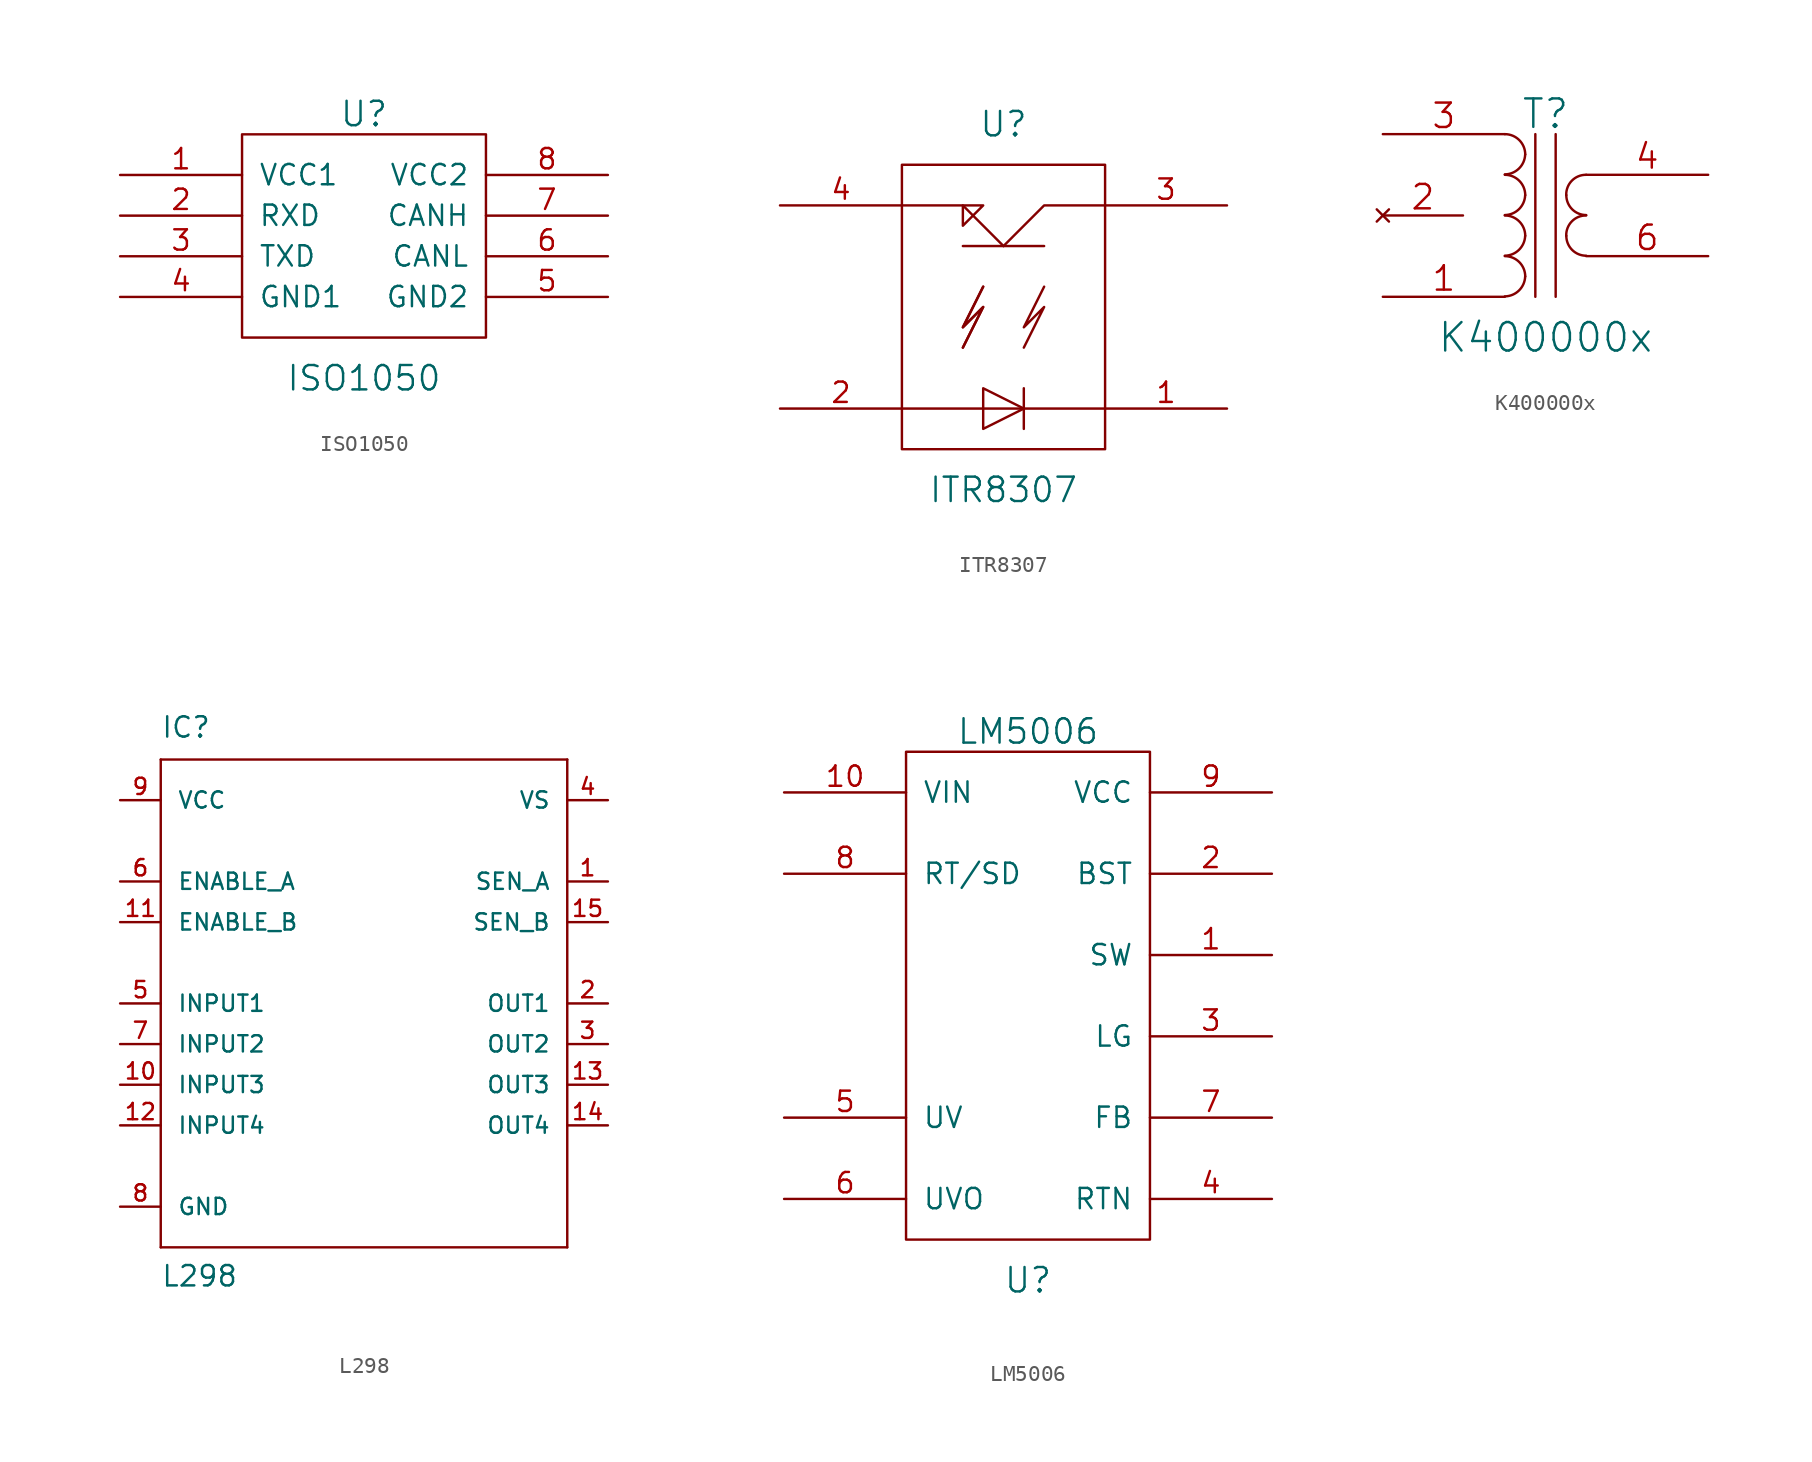
<source format=kicad_sym>
(kicad_symbol_lib
  (version 20211014)
  (generator kicad_symbol_editor)
  (symbol "ISO1050"
    (pin_names
      (offset 1.016))
    (property "Reference" "U"
      (at 0 7.62 0)
      (effects (font (size 1.524 1.524))))
    (property "Value" "ISO1050"
      (at 0 -8.89 0)
      (effects (font (size 1.524 1.524))))
    (property "Footprint" ""
      (at 0 0 0)
      (effects (font (size 1.524 1.524))))
    (property "Datasheet" ""
      (at 0 0 0)
      (effects (font (size 1.524 1.524))))
    (symbol "ISO1050_0_1"
      (rectangle (start -7.62 6.35) (end 7.62 -6.35) (stroke (width 0) (type default) (color 0 0 0 0)) (fill (type none))))
    (symbol "ISO1050_1_1"
      (pin power_in line (at -15.24 3.81 0) (length 7.62) (name "VCC1" (effects (font (size 1.27 1.27)))) (number "1" (effects (font (size 1.27 1.27)))))
      (pin output line (at -15.24 1.27 0) (length 7.62) (name "RXD" (effects (font (size 1.27 1.27)))) (number "2" (effects (font (size 1.27 1.27)))))
      (pin input line (at -15.24 -1.27 0) (length 7.62) (name "TXD" (effects (font (size 1.27 1.27)))) (number "3" (effects (font (size 1.27 1.27)))))
      (pin power_in line (at -15.24 -3.81 0) (length 7.62) (name "GND1" (effects (font (size 1.27 1.27)))) (number "4" (effects (font (size 1.27 1.27)))))
      (pin input line (at 15.24 -3.81 180) (length 7.62) (name "GND2" (effects (font (size 1.27 1.27)))) (number "5" (effects (font (size 1.27 1.27)))))
      (pin bidirectional line (at 15.24 -1.27 180) (length 7.62) (name "CANL" (effects (font (size 1.27 1.27)))) (number "6" (effects (font (size 1.27 1.27)))))
      (pin bidirectional line (at 15.24 1.27 180) (length 7.62) (name "CANH" (effects (font (size 1.27 1.27)))) (number "7" (effects (font (size 1.27 1.27)))))
      (pin input line (at 15.24 3.81 180) (length 7.62) (name "VCC2" (effects (font (size 1.27 1.27)))) (number "8" (effects (font (size 1.27 1.27)))))))
  (symbol "ITR8307"
    (pin_names
      (offset 1.016))
    (property "Reference" "U"
      (at 0 11.43 0)
      (effects (font (size 1.524 1.524))))
    (property "Value" "ITR8307"
      (at 0 -11.43 0)
      (effects (font (size 1.524 1.524))))
    (property "Footprint" ""
      (at 0 0 0)
      (effects (font (size 1.524 1.524))))
    (property "Datasheet" ""
      (at 0 0 0)
      (effects (font (size 1.524 1.524))))
    (symbol "ITR8307_0_1"
      (rectangle (start -6.35 8.89) (end 6.35 -8.89) (stroke (width 0) (type default) (color 0 0 0 0)) (fill (type none)))
      (polyline (pts (xy -6.35 -6.35) (xy 6.35 -6.35)) (stroke (width 0) (type default) (color 0 0 0 0)) (fill (type none)))
      (polyline (pts (xy -2.54 3.81) (xy 2.54 3.81)) (stroke (width 0) (type default) (color 0 0 0 0)) (fill (type none)))
      (polyline (pts (xy 1.27 -5.08) (xy 1.27 -7.62)) (stroke (width 0) (type default) (color 0 0 0 0)) (fill (type none)))
      (polyline (pts (xy 0 3.81) (xy -2.54 6.35) (xy -6.35 6.35)) (stroke (width 0) (type default) (color 0 0 0 0)) (fill (type none)))
      (polyline (pts (xy 0 3.81) (xy 2.54 6.35) (xy 6.35 6.35)) (stroke (width 0) (type default) (color 0 0 0 0)) (fill (type none)))
      (polyline (pts (xy -2.54 -2.54) (xy -1.27 0) (xy -2.54 -1.27) (xy -1.27 1.27)) (stroke (width 0) (type default) (color 0 0 0 0)) (fill (type none)))
      (polyline (pts (xy -2.54 -2.54) (xy -1.27 0) (xy -2.54 -1.27) (xy -1.27 1.27)) (stroke (width 0) (type default) (color 0 0 0 0)) (fill (type none)))
      (polyline (pts (xy -2.54 6.35) (xy -2.54 5.08) (xy -1.27 6.35) (xy -2.54 6.35)) (stroke (width 0) (type default) (color 0 0 0 0)) (fill (type none)))
      (polyline (pts (xy -1.27 -5.08) (xy -1.27 -7.62) (xy 1.27 -6.35) (xy -1.27 -5.08)) (stroke (width 0) (type default) (color 0 0 0 0)) (fill (type none)))
      (polyline (pts (xy 1.27 -2.54) (xy 2.54 0) (xy 1.27 -1.27) (xy 2.54 1.27)) (stroke (width 0) (type default) (color 0 0 0 0)) (fill (type none))))
    (symbol "ITR8307_1_1"
      (pin input line (at 13.97 -6.35 180) (length 7.62) (name "~" (effects (font (size 1.27 1.27)))) (number "1" (effects (font (size 1.27 1.27)))))
      (pin input line (at -13.97 -6.35 0) (length 7.62) (name "~" (effects (font (size 1.27 1.27)))) (number "2" (effects (font (size 1.27 1.27)))))
      (pin input line (at 13.97 6.35 180) (length 7.62) (name "~" (effects (font (size 1.27 1.27)))) (number "3" (effects (font (size 1.27 1.27)))))
      (pin input line (at -13.97 6.35 0) (length 7.62) (name "~" (effects (font (size 1.27 1.27)))) (number "4" (effects (font (size 1.27 1.27)))))))
  (symbol "K400000x"
    (pin_names
      (offset 1.016) hide)
    (property "Reference" "T"
      (at 0 6.35 0)
      (effects (font (size 1.778 1.778))))
    (property "Value" "K400000x"
      (at 0 -7.62 0)
      (effects (font (size 1.778 1.778))))
    (property "Footprint" ""
      (at 0 0 0)
      (effects (font (size 1.524 1.524))))
    (property "Datasheet" ""
      (at 0 0 0)
      (effects (font (size 1.524 1.524))))
    (symbol "K400000x_0_1"
      (arc (start -2.54 -5.0546) (mid -1.6599 -4.6901) (end -1.27 -3.81) (stroke (width 0) (type default) (color 0 0 0 0)) (fill (type none)))
      (arc (start -2.54 -2.5146) (mid -1.6599 -2.1501) (end -1.27 -1.27) (stroke (width 0) (type default) (color 0 0 0 0)) (fill (type none)))
      (arc (start -2.54 0.0254) (mid -1.6599 0.3899) (end -1.27 1.27) (stroke (width 0) (type default) (color 0 0 0 0)) (fill (type none)))
      (arc (start -2.54 2.5654) (mid -1.6599 2.9299) (end -1.27 3.81) (stroke (width 0) (type default) (color 0 0 0 0)) (fill (type none)))
      (arc (start -1.27 -3.81) (mid -1.642 -2.912) (end -2.54 -2.54) (stroke (width 0) (type default) (color 0 0 0 0)) (fill (type none)))
      (arc (start -1.27 -1.27) (mid -1.642 -0.372) (end -2.54 0) (stroke (width 0) (type default) (color 0 0 0 0)) (fill (type none)))
      (arc (start -1.27 1.27) (mid -1.642 2.168) (end -2.54 2.54) (stroke (width 0) (type default) (color 0 0 0 0)) (fill (type none)))
      (arc (start -1.27 3.81) (mid -1.642 4.708) (end -2.54 5.08) (stroke (width 0) (type default) (color 0 0 0 0)) (fill (type none)))
      (polyline (pts (xy -0.635 5.08) (xy -0.635 -5.08)) (stroke (width 0) (type default) (color 0 0 0 0)) (fill (type none)))
      (polyline (pts (xy 0.635 -5.08) (xy 0.635 5.08)) (stroke (width 0) (type default) (color 0 0 0 0)) (fill (type none)))
      (arc (start 1.2954 -1.27) (mid 1.6599 -2.1501) (end 2.54 -2.5146) (stroke (width 0) (type default) (color 0 0 0 0)) (fill (type none)))
      (arc (start 1.2954 1.27) (mid 1.6599 0.3899) (end 2.54 0.0254) (stroke (width 0) (type default) (color 0 0 0 0)) (fill (type none)))
      (arc (start 2.54 0) (mid 1.642 -0.372) (end 1.2954 -1.27) (stroke (width 0) (type default) (color 0 0 0 0)) (fill (type none)))
      (arc (start 2.54 2.54) (mid 1.642 2.168) (end 1.2954 1.27) (stroke (width 0) (type default) (color 0 0 0 0)) (fill (type none))))
    (symbol "K400000x_1_1"
      (pin passive line (at -10.16 -5.08 0) (length 7.62) (name "AB" (effects (font (size 1.524 1.524)))) (number "1" (effects (font (size 1.524 1.524)))))
      (pin no_connect line (at -10.16 0 0) (length 5.004) (name "~" (effects (font (size 1.524 1.524)))) (number "2" (effects (font (size 1.524 1.524)))))
      (pin passive line (at -10.16 5.08 0) (length 7.62) (name "AA" (effects (font (size 1.524 1.524)))) (number "3" (effects (font (size 1.524 1.524)))))
      (pin passive line (at 10.16 2.54 180) (length 7.62) (name "SB" (effects (font (size 1.524 1.524)))) (number "4" (effects (font (size 1.524 1.524)))))
      (pin passive line (at 10.16 -2.54 180) (length 7.62) (name "SA" (effects (font (size 1.524 1.524)))) (number "6" (effects (font (size 1.524 1.524)))))))
  (symbol "L298"
    (pin_names
      (offset 1.016))
    (property "Reference" "IC"
      (at -12.7 19.05 0)
      (effects (font (size 1.27 1.27)) (justify left bottom)))
    (property "Value" "L298"
      (at -12.7 -15.24 0)
      (effects (font (size 1.27 1.27)) (justify left bottom)))
    (property "Datasheet" ""
      (at 0 0 0)
      (effects (font (size 1.524 1.524))))
    (property "ki_locked" ""
      (at 0 0 0)
      (effects (font (size 1.27 1.27))))
    (symbol "L298_1_0"
      (polyline (pts (xy -12.7 -12.7) (xy -12.7 17.78)) (stroke (width 0) (type default) (color 0 0 0 0)) (fill (type none)))
      (polyline (pts (xy -12.7 17.78) (xy 12.7 17.78)) (stroke (width 0) (type default) (color 0 0 0 0)) (fill (type none)))
      (polyline (pts (xy 12.7 -12.7) (xy -12.7 -12.7)) (stroke (width 0) (type default) (color 0 0 0 0)) (fill (type none)))
      (polyline (pts (xy 12.7 17.78) (xy 12.7 -12.7)) (stroke (width 0) (type default) (color 0 0 0 0)) (fill (type none))))
    (symbol "L298_1_1"
      (pin input line (at 15.24 10.16 180) (length 2.54) (name "SEN_A" (effects (font (size 1.016 1.016)))) (number "1" (effects (font (size 1.016 1.016)))))
      (pin input line (at -15.24 -2.54 0) (length 2.54) (name "INPUT3" (effects (font (size 1.016 1.016)))) (number "10" (effects (font (size 1.016 1.016)))))
      (pin input line (at -15.24 7.62 0) (length 2.54) (name "ENABLE_B" (effects (font (size 1.016 1.016)))) (number "11" (effects (font (size 1.016 1.016)))))
      (pin input line (at -15.24 -5.08 0) (length 2.54) (name "INPUT4" (effects (font (size 1.016 1.016)))) (number "12" (effects (font (size 1.016 1.016)))))
      (pin output line (at 15.24 -2.54 180) (length 2.54) (name "OUT3" (effects (font (size 1.016 1.016)))) (number "13" (effects (font (size 1.016 1.016)))))
      (pin output line (at 15.24 -5.08 180) (length 2.54) (name "OUT4" (effects (font (size 1.016 1.016)))) (number "14" (effects (font (size 1.016 1.016)))))
      (pin input line (at 15.24 7.62 180) (length 2.54) (name "SEN_B" (effects (font (size 1.016 1.016)))) (number "15" (effects (font (size 1.016 1.016)))))
      (pin output line (at 15.24 2.54 180) (length 2.54) (name "OUT1" (effects (font (size 1.016 1.016)))) (number "2" (effects (font (size 1.016 1.016)))))
      (pin output line (at 15.24 0 180) (length 2.54) (name "OUT2" (effects (font (size 1.016 1.016)))) (number "3" (effects (font (size 1.016 1.016)))))
      (pin power_in line (at 15.24 15.24 180) (length 2.54) (name "VS" (effects (font (size 1.016 1.016)))) (number "4" (effects (font (size 1.016 1.016)))))
      (pin input line (at -15.24 2.54 0) (length 2.54) (name "INPUT1" (effects (font (size 1.016 1.016)))) (number "5" (effects (font (size 1.016 1.016)))))
      (pin input line (at -15.24 10.16 0) (length 2.54) (name "ENABLE_A" (effects (font (size 1.016 1.016)))) (number "6" (effects (font (size 1.016 1.016)))))
      (pin input line (at -15.24 0 0) (length 2.54) (name "INPUT2" (effects (font (size 1.016 1.016)))) (number "7" (effects (font (size 1.016 1.016)))))
      (pin power_in line (at -15.24 -10.16 0) (length 2.54) (name "GND" (effects (font (size 1.016 1.016)))) (number "8" (effects (font (size 1.016 1.016)))))
      (pin power_in line (at -15.24 15.24 0) (length 2.54) (name "VCC" (effects (font (size 1.016 1.016)))) (number "9" (effects (font (size 1.016 1.016)))))))
  (symbol "LM5006"
    (pin_names
      (offset 1.016))
    (property "Reference" "U"
      (at 0 -17.78 0)
      (effects (font (size 1.524 1.524))))
    (property "Value" "LM5006"
      (at 0 16.51 0)
      (effects (font (size 1.524 1.524))))
    (property "Footprint" ""
      (at 0 0 0)
      (effects (font (size 1.524 1.524))))
    (property "Datasheet" ""
      (at 0 0 0)
      (effects (font (size 1.524 1.524))))
    (symbol "LM5006_0_1"
      (rectangle (start -7.62 15.24) (end 7.62 -15.24) (stroke (width 0) (type default) (color 0 0 0 0)) (fill (type none))))
    (symbol "LM5006_1_1"
      (pin power_out line (at 15.24 2.54 180) (length 7.62) (name "SW" (effects (font (size 1.27 1.27)))) (number "1" (effects (font (size 1.27 1.27)))))
      (pin power_in line (at -15.24 12.7 0) (length 7.62) (name "VIN" (effects (font (size 1.27 1.27)))) (number "10" (effects (font (size 1.27 1.27)))))
      (pin input line (at 15.24 7.62 180) (length 7.62) (name "BST" (effects (font (size 1.27 1.27)))) (number "2" (effects (font (size 1.27 1.27)))))
      (pin output line (at 15.24 -2.54 180) (length 7.62) (name "LG" (effects (font (size 1.27 1.27)))) (number "3" (effects (font (size 1.27 1.27)))))
      (pin power_in line (at 15.24 -12.7 180) (length 7.62) (name "RTN" (effects (font (size 1.27 1.27)))) (number "4" (effects (font (size 1.27 1.27)))))
      (pin input line (at -15.24 -7.62 0) (length 7.62) (name "UV" (effects (font (size 1.27 1.27)))) (number "5" (effects (font (size 1.27 1.27)))))
      (pin output line (at -15.24 -12.7 0) (length 7.62) (name "UVO" (effects (font (size 1.27 1.27)))) (number "6" (effects (font (size 1.27 1.27)))))
      (pin input line (at 15.24 -7.62 180) (length 7.62) (name "FB" (effects (font (size 1.27 1.27)))) (number "7" (effects (font (size 1.27 1.27)))))
      (pin input line (at -15.24 7.62 0) (length 7.62) (name "RT/SD" (effects (font (size 1.27 1.27)))) (number "8" (effects (font (size 1.27 1.27)))))
      (pin power_out line (at 15.24 12.7 180) (length 7.62) (name "VCC" (effects (font (size 1.27 1.27)))) (number "9" (effects (font (size 1.27 1.27))))))))
</source>
